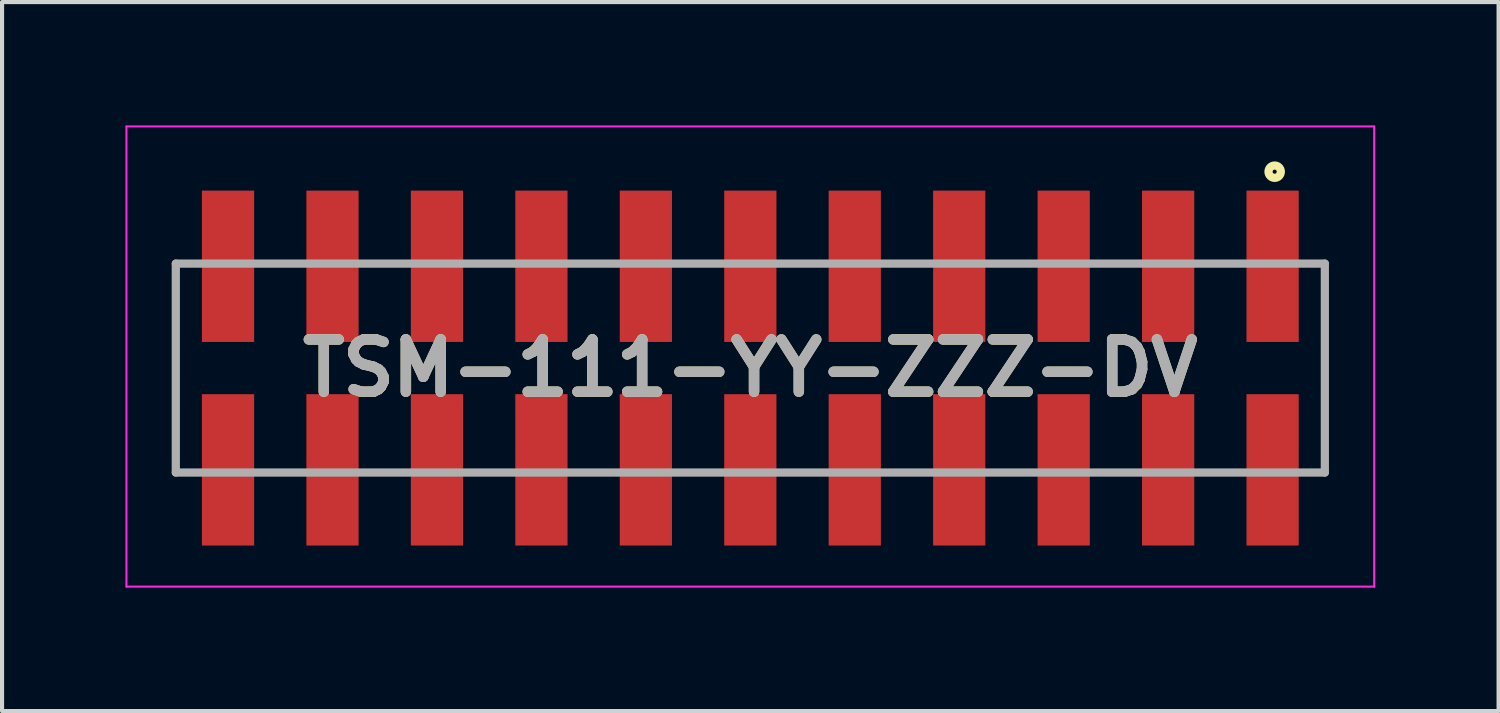
<source format=kicad_pcb>
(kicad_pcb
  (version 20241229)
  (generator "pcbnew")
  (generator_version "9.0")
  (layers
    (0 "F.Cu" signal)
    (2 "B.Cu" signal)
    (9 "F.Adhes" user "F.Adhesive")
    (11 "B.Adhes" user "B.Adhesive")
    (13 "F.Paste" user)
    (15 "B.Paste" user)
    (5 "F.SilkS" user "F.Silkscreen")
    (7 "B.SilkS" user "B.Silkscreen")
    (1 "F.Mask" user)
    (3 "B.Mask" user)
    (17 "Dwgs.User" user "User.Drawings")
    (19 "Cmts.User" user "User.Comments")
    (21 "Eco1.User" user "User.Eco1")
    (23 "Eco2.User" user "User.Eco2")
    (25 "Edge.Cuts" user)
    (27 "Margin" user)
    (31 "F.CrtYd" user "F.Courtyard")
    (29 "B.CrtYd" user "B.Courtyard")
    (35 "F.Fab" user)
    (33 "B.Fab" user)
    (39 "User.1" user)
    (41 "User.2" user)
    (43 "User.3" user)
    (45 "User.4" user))
  (footprint "TSM-111-YY-ZZZ-DV"
    (layer "F.Cu")
    (at 15.195 5.9)
    (property "Reference" "TSM-111-YY-ZZZ-DV" (at 0 0 0) (layer "F.SilkS") (effects (font (size 1.27 1.27) (thickness 0.254))))
    (attr smd)
    (fp_line (start -13.97 2.54) (end -13.97 -2.54) (stroke (width 0.1) (type solid)) (layer "F.SilkS"))
    (fp_line (start 13.97 -2.54) (end 13.97 2.54) (stroke (width 0.1) (type solid)) (layer "F.SilkS"))
    (fp_circle (center 12.75 -4.775) (end 12.75 -4.725) (stroke (width 0.2) (type solid)) (fill no) (layer "F.SilkS"))
    (fp_line (start -15.17 -5.875) (end 15.17 -5.875) (stroke (width 0.05) (type solid)) (layer "F.CrtYd"))
    (fp_line (start -15.17 5.315) (end -15.17 -5.875) (stroke (width 0.05) (type solid)) (layer "F.CrtYd"))
    (fp_line (start 15.17 -5.875) (end 15.17 5.315) (stroke (width 0.05) (type solid)) (layer "F.CrtYd"))
    (fp_line (start 15.17 5.315) (end -15.17 5.315) (stroke (width 0.05) (type solid)) (layer "F.CrtYd"))
    (fp_line (start -13.97 -2.54) (end 13.97 -2.54) (stroke (width 0.2) (type solid)) (layer "F.Fab"))
    (fp_line (start -13.97 2.54) (end -13.97 -2.54) (stroke (width 0.2) (type solid)) (layer "F.Fab"))
    (fp_line (start 13.97 -2.54) (end 13.97 2.54) (stroke (width 0.2) (type solid)) (layer "F.Fab"))
    (fp_line (start 13.97 2.54) (end -13.97 2.54) (stroke (width 0.2) (type solid)) (layer "F.Fab"))
    (fp_text user "${REFERENCE}" (at 0 0 0) (layer "F.Fab") (effects (font (size 1.27 1.27) (thickness 0.254))))
    (pad "1" smd rect (at 12.7 -2.475) (size 1.27 3.68) (layers "F.Cu" "F.Mask" "F.Paste"))
    (pad "2" smd rect (at 12.7 2.475) (size 1.27 3.68) (layers "F.Cu" "F.Mask" "F.Paste"))
    (pad "3" smd rect (at 10.16 -2.475) (size 1.27 3.68) (layers "F.Cu" "F.Mask" "F.Paste"))
    (pad "4" smd rect (at 10.16 2.475) (size 1.27 3.68) (layers "F.Cu" "F.Mask" "F.Paste"))
    (pad "5" smd rect (at 7.62 -2.475) (size 1.27 3.68) (layers "F.Cu" "F.Mask" "F.Paste"))
    (pad "6" smd rect (at 7.62 2.475) (size 1.27 3.68) (layers "F.Cu" "F.Mask" "F.Paste"))
    (pad "7" smd rect (at 5.08 -2.475) (size 1.27 3.68) (layers "F.Cu" "F.Mask" "F.Paste"))
    (pad "8" smd rect (at 5.08 2.475) (size 1.27 3.68) (layers "F.Cu" "F.Mask" "F.Paste"))
    (pad "9" smd rect (at 2.54 -2.475) (size 1.27 3.68) (layers "F.Cu" "F.Mask" "F.Paste"))
    (pad "10" smd rect (at 2.54 2.475) (size 1.27 3.68) (layers "F.Cu" "F.Mask" "F.Paste"))
    (pad "11" smd rect (at 0 -2.475) (size 1.27 3.68) (layers "F.Cu" "F.Mask" "F.Paste"))
    (pad "12" smd rect (at 0 2.475) (size 1.27 3.68) (layers "F.Cu" "F.Mask" "F.Paste"))
    (pad "13" smd rect (at -2.54 -2.475) (size 1.27 3.68) (layers "F.Cu" "F.Mask" "F.Paste"))
    (pad "14" smd rect (at -2.54 2.475) (size 1.27 3.68) (layers "F.Cu" "F.Mask" "F.Paste"))
    (pad "15" smd rect (at -5.08 -2.475) (size 1.27 3.68) (layers "F.Cu" "F.Mask" "F.Paste"))
    (pad "16" smd rect (at -5.08 2.475) (size 1.27 3.68) (layers "F.Cu" "F.Mask" "F.Paste"))
    (pad "17" smd rect (at -7.62 -2.475) (size 1.27 3.68) (layers "F.Cu" "F.Mask" "F.Paste"))
    (pad "18" smd rect (at -7.62 2.475) (size 1.27 3.68) (layers "F.Cu" "F.Mask" "F.Paste"))
    (pad "19" smd rect (at -10.16 -2.475) (size 1.27 3.68) (layers "F.Cu" "F.Mask" "F.Paste"))
    (pad "20" smd rect (at -10.16 2.475) (size 1.27 3.68) (layers "F.Cu" "F.Mask" "F.Paste"))
    (pad "21" smd rect (at -12.7 -2.475) (size 1.27 3.68) (layers "F.Cu" "F.Mask" "F.Paste"))
    (pad "22" smd rect (at -12.7 2.475) (size 1.27 3.68) (layers "F.Cu" "F.Mask" "F.Paste")))
  (gr_rect
    (start -3 -3)
    (end 33.39 14.24)
    (stroke (width 0.1) (type default))
    (fill no)
    (layer "Edge.Cuts")))
</source>
